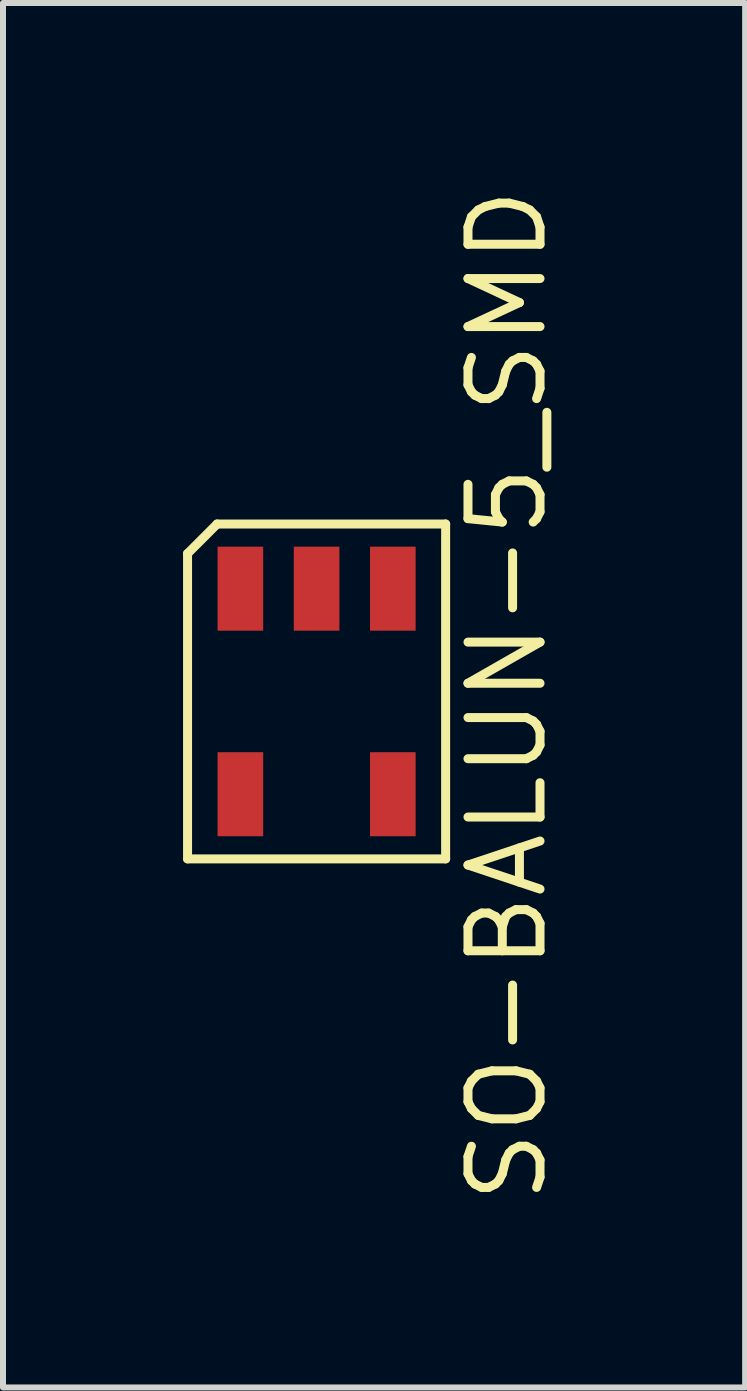
<source format=kicad_pcb>
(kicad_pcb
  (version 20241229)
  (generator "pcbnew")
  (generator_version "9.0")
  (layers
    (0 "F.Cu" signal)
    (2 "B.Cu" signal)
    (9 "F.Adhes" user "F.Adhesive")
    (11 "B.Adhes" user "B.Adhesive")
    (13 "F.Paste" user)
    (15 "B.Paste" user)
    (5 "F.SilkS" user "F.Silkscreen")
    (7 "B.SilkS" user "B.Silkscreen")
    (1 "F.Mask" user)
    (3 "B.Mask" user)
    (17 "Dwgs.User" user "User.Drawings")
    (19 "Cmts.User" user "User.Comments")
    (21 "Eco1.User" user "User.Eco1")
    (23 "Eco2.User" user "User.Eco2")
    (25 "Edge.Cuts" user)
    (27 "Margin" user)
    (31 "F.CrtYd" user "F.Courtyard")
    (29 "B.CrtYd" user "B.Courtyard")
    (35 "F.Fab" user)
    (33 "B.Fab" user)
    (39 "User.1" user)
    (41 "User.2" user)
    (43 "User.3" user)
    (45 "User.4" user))
  (footprint "SO-BALUN-5_SMD"
    (layer "F.Cu")
    (at 2.225 8.534)
    (property "Reference" "SO-BALUN-5_SMD" (at 3.175 0 90) (layer "F.SilkS") (effects (font (size 1.2 1.2) (thickness 0.15))))
    (attr smd)
    (fp_line (start -2.15 -2.361) (end -2.15 2.726) (stroke (width 0.15) (type solid)) (layer "F.SilkS"))
    (fp_line (start -2.15 2.726) (end 2.15 2.726) (stroke (width 0.15) (type solid)) (layer "F.SilkS"))
    (fp_line (start -1.658 -2.853) (end -2.15 -2.361) (stroke (width 0.15) (type solid)) (layer "F.SilkS"))
    (fp_line (start 2.15 -2.853) (end -1.658 -2.853) (stroke (width 0.15) (type solid)) (layer "F.SilkS"))
    (fp_line (start 2.15 2.726) (end 2.15 -2.853) (stroke (width 0.15) (type solid)) (layer "F.SilkS"))
    (pad "1" smd rect (at -1.27 -1.776) (size 0.76 1.4) (layers "F.Cu" "F.Mask" "F.Paste"))
    (pad "2" smd rect (at 0 -1.776) (size 0.76 1.4) (layers "F.Cu" "F.Mask" "F.Paste"))
    (pad "3" smd rect (at 1.27 -1.776) (size 0.76 1.4) (layers "F.Cu" "F.Mask" "F.Paste"))
    (pad "4" smd rect (at 1.27 1.649) (size 0.76 1.4) (layers "F.Cu" "F.Mask" "F.Paste"))
    (pad "5" smd rect (at -1.27 1.649) (size 0.76 1.4) (layers "F.Cu" "F.Mask" "F.Paste")))
  (gr_rect
    (start -3 -3)
    (end 9.365 20.067)
    (stroke (width 0.1) (type default))
    (fill no)
    (layer "Edge.Cuts")))
</source>
